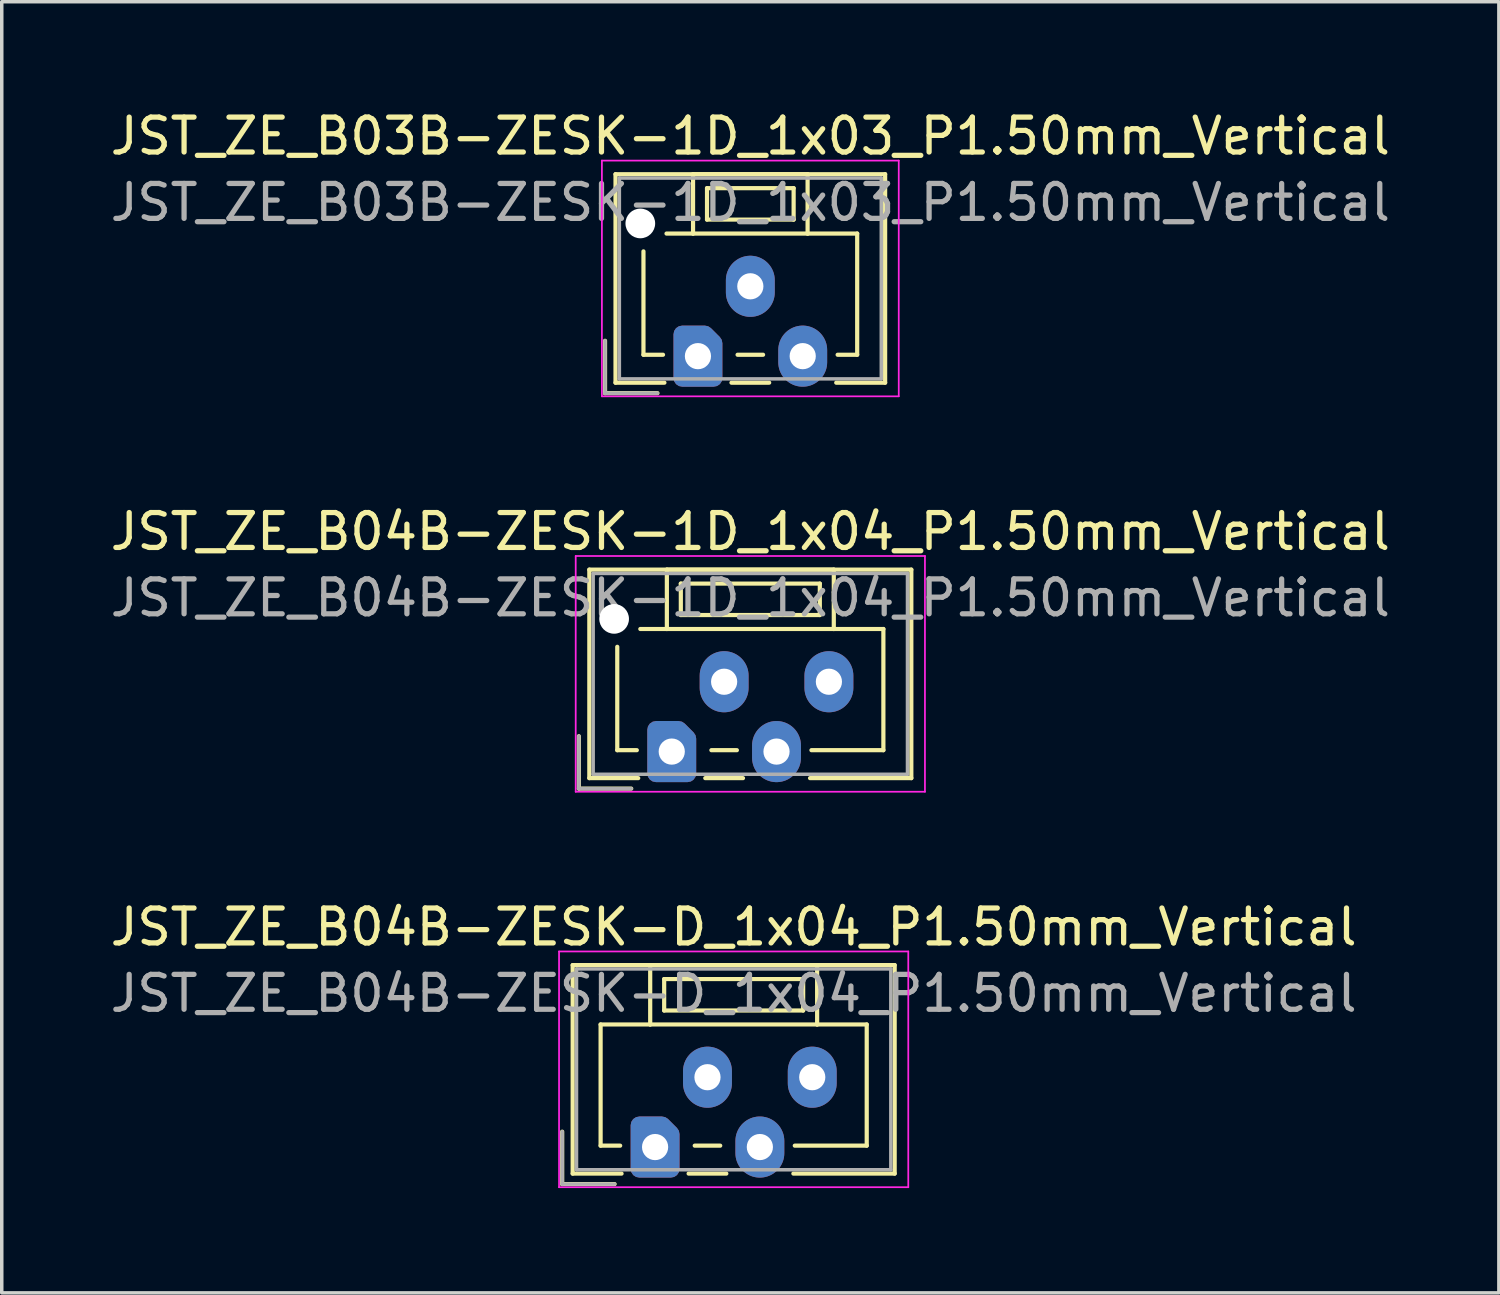
<source format=kicad_pcb>
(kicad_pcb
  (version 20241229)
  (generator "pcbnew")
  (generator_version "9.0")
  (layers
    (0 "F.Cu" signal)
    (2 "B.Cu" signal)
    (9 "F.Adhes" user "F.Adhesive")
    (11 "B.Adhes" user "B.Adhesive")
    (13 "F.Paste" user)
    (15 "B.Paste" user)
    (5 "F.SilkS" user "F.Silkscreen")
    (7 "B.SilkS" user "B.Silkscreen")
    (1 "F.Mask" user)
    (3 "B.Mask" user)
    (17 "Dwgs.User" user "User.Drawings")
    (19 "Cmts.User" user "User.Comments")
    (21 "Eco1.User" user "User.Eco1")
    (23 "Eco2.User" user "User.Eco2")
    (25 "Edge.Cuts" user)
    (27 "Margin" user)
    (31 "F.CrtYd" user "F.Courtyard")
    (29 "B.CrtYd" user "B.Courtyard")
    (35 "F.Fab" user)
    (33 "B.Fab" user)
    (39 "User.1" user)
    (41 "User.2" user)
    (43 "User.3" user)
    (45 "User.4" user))
  (footprint "JST_ZE_B04B-ZESK-1D_1x04_P1.50mm_Vertical"
    (layer "F.Cu")
    (at 16.185 18.471)
    (property "Reference" "JST_ZE_B04B-ZESK-1D_1x04_P1.50mm_Vertical" (at 2.25 -6.3 0) (layer "F.SilkS") (effects (font (size 1 1) (thickness 0.15))))
    (attr through_hole)
    (fp_line (start -2.66 -0.44) (end -2.66 1.06) (stroke (width 0.12) (type solid)) (layer "F.SilkS"))
    (fp_line (start -2.66 1.06) (end -1.16 1.06) (stroke (width 0.12) (type solid)) (layer "F.SilkS"))
    (fp_line (start -2.36 -5.21) (end 6.86 -5.21) (stroke (width 0.12) (type solid)) (layer "F.SilkS"))
    (fp_line (start -2.36 0.76) (end -2.36 -5.21) (stroke (width 0.12) (type solid)) (layer "F.SilkS"))
    (fp_line (start -1.56 -3) (end -1.56 -0.04) (stroke (width 0.12) (type solid)) (layer "F.SilkS"))
    (fp_line (start -1.56 -0.04) (end -1 -0.04) (stroke (width 0.12) (type solid)) (layer "F.SilkS"))
    (fp_line (start -0.96 0.76) (end -2.36 0.76) (stroke (width 0.12) (type solid)) (layer "F.SilkS"))
    (fp_line (start -0.14 -5.21) (end -0.14 -3.51) (stroke (width 0.12) (type solid)) (layer "F.SilkS"))
    (fp_line (start -0.14 -3.51) (end -0.9 -3.51) (stroke (width 0.12) (type solid)) (layer "F.SilkS"))
    (fp_line (start -0.14 -3.51) (end 4.64 -3.51) (stroke (width 0.12) (type solid)) (layer "F.SilkS"))
    (fp_line (start 0.26 -4.81) (end 0.26 -3.91) (stroke (width 0.12) (type solid)) (layer "F.SilkS"))
    (fp_line (start 0.26 -3.91) (end 4.24 -3.91) (stroke (width 0.12) (type solid)) (layer "F.SilkS"))
    (fp_line (start 0.96 0.76) (end 2.04 0.76) (stroke (width 0.12) (type solid)) (layer "F.SilkS"))
    (fp_line (start 1.135 -0.04) (end 1.865 -0.04) (stroke (width 0.12) (type solid)) (layer "F.SilkS"))
    (fp_line (start 4.24 -4.81) (end 0.26 -4.81) (stroke (width 0.12) (type solid)) (layer "F.SilkS"))
    (fp_line (start 4.24 -3.91) (end 4.24 -4.81) (stroke (width 0.12) (type solid)) (layer "F.SilkS"))
    (fp_line (start 4.64 -5.21) (end -0.14 -5.21) (stroke (width 0.12) (type solid)) (layer "F.SilkS"))
    (fp_line (start 4.64 -3.51) (end 4.64 -5.21) (stroke (width 0.12) (type solid)) (layer "F.SilkS"))
    (fp_line (start 4.64 -3.51) (end 6.06 -3.51) (stroke (width 0.12) (type solid)) (layer "F.SilkS"))
    (fp_line (start 6.06 -3.51) (end 6.06 -0.04) (stroke (width 0.12) (type solid)) (layer "F.SilkS"))
    (fp_line (start 6.06 -0.04) (end 4 -0.04) (stroke (width 0.12) (type solid)) (layer "F.SilkS"))
    (fp_line (start 6.86 -5.21) (end 6.86 0.76) (stroke (width 0.12) (type solid)) (layer "F.SilkS"))
    (fp_line (start 6.86 0.76) (end 3.96 0.76) (stroke (width 0.12) (type solid)) (layer "F.SilkS"))
    (fp_line (start -2.75 -5.6) (end -2.75 1.15) (stroke (width 0.05) (type solid)) (layer "F.CrtYd"))
    (fp_line (start -2.75 1.15) (end 7.25 1.15) (stroke (width 0.05) (type solid)) (layer "F.CrtYd"))
    (fp_line (start 7.25 -5.6) (end -2.75 -5.6) (stroke (width 0.05) (type solid)) (layer "F.CrtYd"))
    (fp_line (start 7.25 1.15) (end 7.25 -5.6) (stroke (width 0.05) (type solid)) (layer "F.CrtYd"))
    (fp_line (start -2.66 -0.44) (end -2.66 1.06) (stroke (width 0.1) (type solid)) (layer "F.Fab"))
    (fp_line (start -2.66 1.06) (end -1.16 1.06) (stroke (width 0.1) (type solid)) (layer "F.Fab"))
    (fp_line (start -2.25 -5.1) (end -2.25 0.65) (stroke (width 0.1) (type solid)) (layer "F.Fab"))
    (fp_line (start -2.25 0.65) (end 6.75 0.65) (stroke (width 0.1) (type solid)) (layer "F.Fab"))
    (fp_line (start 6.75 -5.1) (end -2.25 -5.1) (stroke (width 0.1) (type solid)) (layer "F.Fab"))
    (fp_line (start 6.75 0.65) (end 6.75 -5.1) (stroke (width 0.1) (type solid)) (layer "F.Fab"))
    (fp_text user "${REFERENCE}" (at 2.25 -4.4 0) (layer "F.Fab") (effects (font (size 1 1) (thickness 0.15))))
    (pad "" np_thru_hole circle (at -1.65 -3.8) (size 0.85 0.85) (drill 0.85) (layers "*.Cu" "*.Mask"))
    (pad "1" thru_hole custom (at 0 0) (size 1.117 1.117) (drill 0.75) (layers "*.Cu" "*.Mask") (options (anchor circle)) (primitives (gr_poly (pts (xy -0.45 -0.625) (xy 0.196 -0.625) (xy 0.45 -0.371) (xy 0.45 0.625) (xy -0.45 0.625)) (width 0.5) (fill yes))))
    (pad "2" thru_hole oval (at 1.5 -2) (size 1.4 1.75) (drill 0.75) (layers "*.Cu" "*.Mask"))
    (pad "3" thru_hole oval (at 3 0) (size 1.4 1.75) (drill 0.75) (layers "*.Cu" "*.Mask"))
    (pad "4" thru_hole oval (at 4.5 -2) (size 1.4 1.75) (drill 0.75) (layers "*.Cu" "*.Mask")))
  (footprint "JST_ZE_B03B-ZESK-1D_1x03_P1.50mm_Vertical"
    (layer "F.Cu")
    (at 16.935 7.148)
    (property "Reference" "JST_ZE_B03B-ZESK-1D_1x03_P1.50mm_Vertical" (at 1.5 -6.3 0) (layer "F.SilkS") (effects (font (size 1 1) (thickness 0.15))))
    (attr through_hole)
    (fp_line (start -2.66 -0.44) (end -2.66 1.06) (stroke (width 0.12) (type solid)) (layer "F.SilkS"))
    (fp_line (start -2.66 1.06) (end -1.16 1.06) (stroke (width 0.12) (type solid)) (layer "F.SilkS"))
    (fp_line (start -2.36 -5.21) (end 5.36 -5.21) (stroke (width 0.12) (type solid)) (layer "F.SilkS"))
    (fp_line (start -2.36 0.76) (end -2.36 -5.21) (stroke (width 0.12) (type solid)) (layer "F.SilkS"))
    (fp_line (start -1.56 -3) (end -1.56 -0.04) (stroke (width 0.12) (type solid)) (layer "F.SilkS"))
    (fp_line (start -1.56 -0.04) (end -1 -0.04) (stroke (width 0.12) (type solid)) (layer "F.SilkS"))
    (fp_line (start -0.96 0.76) (end -2.36 0.76) (stroke (width 0.12) (type solid)) (layer "F.SilkS"))
    (fp_line (start -0.14 -5.21) (end -0.14 -3.51) (stroke (width 0.12) (type solid)) (layer "F.SilkS"))
    (fp_line (start -0.14 -3.51) (end -0.9 -3.51) (stroke (width 0.12) (type solid)) (layer "F.SilkS"))
    (fp_line (start -0.14 -3.51) (end 3.14 -3.51) (stroke (width 0.12) (type solid)) (layer "F.SilkS"))
    (fp_line (start 0.26 -4.81) (end 0.26 -3.91) (stroke (width 0.12) (type solid)) (layer "F.SilkS"))
    (fp_line (start 0.26 -3.91) (end 2.74 -3.91) (stroke (width 0.12) (type solid)) (layer "F.SilkS"))
    (fp_line (start 0.96 0.76) (end 2.04 0.76) (stroke (width 0.12) (type solid)) (layer "F.SilkS"))
    (fp_line (start 1.135 -0.04) (end 1.865 -0.04) (stroke (width 0.12) (type solid)) (layer "F.SilkS"))
    (fp_line (start 2.74 -4.81) (end 0.26 -4.81) (stroke (width 0.12) (type solid)) (layer "F.SilkS"))
    (fp_line (start 2.74 -3.91) (end 2.74 -4.81) (stroke (width 0.12) (type solid)) (layer "F.SilkS"))
    (fp_line (start 3.14 -5.21) (end -0.14 -5.21) (stroke (width 0.12) (type solid)) (layer "F.SilkS"))
    (fp_line (start 3.14 -3.51) (end 3.14 -5.21) (stroke (width 0.12) (type solid)) (layer "F.SilkS"))
    (fp_line (start 3.14 -3.51) (end 4.56 -3.51) (stroke (width 0.12) (type solid)) (layer "F.SilkS"))
    (fp_line (start 4.56 -3.51) (end 4.56 -0.04) (stroke (width 0.12) (type solid)) (layer "F.SilkS"))
    (fp_line (start 4.56 -0.04) (end 4 -0.04) (stroke (width 0.12) (type solid)) (layer "F.SilkS"))
    (fp_line (start 5.36 -5.21) (end 5.36 0.76) (stroke (width 0.12) (type solid)) (layer "F.SilkS"))
    (fp_line (start 5.36 0.76) (end 3.96 0.76) (stroke (width 0.12) (type solid)) (layer "F.SilkS"))
    (fp_line (start -2.75 -5.6) (end -2.75 1.15) (stroke (width 0.05) (type solid)) (layer "F.CrtYd"))
    (fp_line (start -2.75 1.15) (end 5.75 1.15) (stroke (width 0.05) (type solid)) (layer "F.CrtYd"))
    (fp_line (start 5.75 -5.6) (end -2.75 -5.6) (stroke (width 0.05) (type solid)) (layer "F.CrtYd"))
    (fp_line (start 5.75 1.15) (end 5.75 -5.6) (stroke (width 0.05) (type solid)) (layer "F.CrtYd"))
    (fp_line (start -2.66 -0.44) (end -2.66 1.06) (stroke (width 0.1) (type solid)) (layer "F.Fab"))
    (fp_line (start -2.66 1.06) (end -1.16 1.06) (stroke (width 0.1) (type solid)) (layer "F.Fab"))
    (fp_line (start -2.25 -5.1) (end -2.25 0.65) (stroke (width 0.1) (type solid)) (layer "F.Fab"))
    (fp_line (start -2.25 0.65) (end 5.25 0.65) (stroke (width 0.1) (type solid)) (layer "F.Fab"))
    (fp_line (start 5.25 -5.1) (end -2.25 -5.1) (stroke (width 0.1) (type solid)) (layer "F.Fab"))
    (fp_line (start 5.25 0.65) (end 5.25 -5.1) (stroke (width 0.1) (type solid)) (layer "F.Fab"))
    (fp_text user "${REFERENCE}" (at 1.5 -4.4 0) (layer "F.Fab") (effects (font (size 1 1) (thickness 0.15))))
    (pad "" np_thru_hole circle (at -1.65 -3.8) (size 0.85 0.85) (drill 0.85) (layers "*.Cu" "*.Mask"))
    (pad "1" thru_hole custom (at 0 0) (size 1.117 1.117) (drill 0.75) (layers "*.Cu" "*.Mask") (options (anchor circle)) (primitives (gr_poly (pts (xy -0.45 -0.625) (xy 0.196 -0.625) (xy 0.45 -0.371) (xy 0.45 0.625) (xy -0.45 0.625)) (width 0.5) (fill yes))))
    (pad "2" thru_hole oval (at 1.5 -2) (size 1.4 1.75) (drill 0.75) (layers "*.Cu" "*.Mask"))
    (pad "3" thru_hole oval (at 3 0) (size 1.4 1.75) (drill 0.75) (layers "*.Cu" "*.Mask")))
  (footprint "JST_ZE_B04B-ZESK-D_1x04_P1.50mm_Vertical"
    (layer "F.Cu")
    (at 15.708 29.795)
    (property "Reference" "JST_ZE_B04B-ZESK-D_1x04_P1.50mm_Vertical" (at 2.25 -6.3 0) (layer "F.SilkS") (effects (font (size 1 1) (thickness 0.15))))
    (attr through_hole)
    (fp_line (start -2.66 -0.44) (end -2.66 1.06) (stroke (width 0.12) (type solid)) (layer "F.SilkS"))
    (fp_line (start -2.66 1.06) (end -1.16 1.06) (stroke (width 0.12) (type solid)) (layer "F.SilkS"))
    (fp_line (start -2.36 -5.21) (end 6.86 -5.21) (stroke (width 0.12) (type solid)) (layer "F.SilkS"))
    (fp_line (start -2.36 0.76) (end -2.36 -5.21) (stroke (width 0.12) (type solid)) (layer "F.SilkS"))
    (fp_line (start -1.56 -3.51) (end -1.56 -0.04) (stroke (width 0.12) (type solid)) (layer "F.SilkS"))
    (fp_line (start -1.56 -0.04) (end -1 -0.04) (stroke (width 0.12) (type solid)) (layer "F.SilkS"))
    (fp_line (start -0.96 0.76) (end -2.36 0.76) (stroke (width 0.12) (type solid)) (layer "F.SilkS"))
    (fp_line (start -0.14 -5.21) (end -0.14 -3.51) (stroke (width 0.12) (type solid)) (layer "F.SilkS"))
    (fp_line (start -0.14 -3.51) (end -1.56 -3.51) (stroke (width 0.12) (type solid)) (layer "F.SilkS"))
    (fp_line (start -0.14 -3.51) (end 4.64 -3.51) (stroke (width 0.12) (type solid)) (layer "F.SilkS"))
    (fp_line (start 0.26 -4.81) (end 0.26 -3.91) (stroke (width 0.12) (type solid)) (layer "F.SilkS"))
    (fp_line (start 0.26 -3.91) (end 4.24 -3.91) (stroke (width 0.12) (type solid)) (layer "F.SilkS"))
    (fp_line (start 0.96 0.76) (end 2.04 0.76) (stroke (width 0.12) (type solid)) (layer "F.SilkS"))
    (fp_line (start 1.135 -0.04) (end 1.865 -0.04) (stroke (width 0.12) (type solid)) (layer "F.SilkS"))
    (fp_line (start 4.24 -4.81) (end 0.26 -4.81) (stroke (width 0.12) (type solid)) (layer "F.SilkS"))
    (fp_line (start 4.24 -3.91) (end 4.24 -4.81) (stroke (width 0.12) (type solid)) (layer "F.SilkS"))
    (fp_line (start 4.64 -5.21) (end -0.14 -5.21) (stroke (width 0.12) (type solid)) (layer "F.SilkS"))
    (fp_line (start 4.64 -3.51) (end 4.64 -5.21) (stroke (width 0.12) (type solid)) (layer "F.SilkS"))
    (fp_line (start 4.64 -3.51) (end 6.06 -3.51) (stroke (width 0.12) (type solid)) (layer "F.SilkS"))
    (fp_line (start 6.06 -3.51) (end 6.06 -0.04) (stroke (width 0.12) (type solid)) (layer "F.SilkS"))
    (fp_line (start 6.06 -0.04) (end 4 -0.04) (stroke (width 0.12) (type solid)) (layer "F.SilkS"))
    (fp_line (start 6.86 -5.21) (end 6.86 0.76) (stroke (width 0.12) (type solid)) (layer "F.SilkS"))
    (fp_line (start 6.86 0.76) (end 3.96 0.76) (stroke (width 0.12) (type solid)) (layer "F.SilkS"))
    (fp_line (start -2.75 -5.6) (end -2.75 1.15) (stroke (width 0.05) (type solid)) (layer "F.CrtYd"))
    (fp_line (start -2.75 1.15) (end 7.25 1.15) (stroke (width 0.05) (type solid)) (layer "F.CrtYd"))
    (fp_line (start 7.25 -5.6) (end -2.75 -5.6) (stroke (width 0.05) (type solid)) (layer "F.CrtYd"))
    (fp_line (start 7.25 1.15) (end 7.25 -5.6) (stroke (width 0.05) (type solid)) (layer "F.CrtYd"))
    (fp_line (start -2.66 -0.44) (end -2.66 1.06) (stroke (width 0.1) (type solid)) (layer "F.Fab"))
    (fp_line (start -2.66 1.06) (end -1.16 1.06) (stroke (width 0.1) (type solid)) (layer "F.Fab"))
    (fp_line (start -2.25 -5.1) (end -2.25 0.65) (stroke (width 0.1) (type solid)) (layer "F.Fab"))
    (fp_line (start -2.25 0.65) (end 6.75 0.65) (stroke (width 0.1) (type solid)) (layer "F.Fab"))
    (fp_line (start 6.75 -5.1) (end -2.25 -5.1) (stroke (width 0.1) (type solid)) (layer "F.Fab"))
    (fp_line (start 6.75 0.65) (end 6.75 -5.1) (stroke (width 0.1) (type solid)) (layer "F.Fab"))
    (fp_text user "${REFERENCE}" (at 2.25 -4.4 0) (layer "F.Fab") (effects (font (size 1 1) (thickness 0.15))))
    (pad "1" thru_hole custom (at 0 0) (size 1.117 1.117) (drill 0.75) (layers "*.Cu" "*.Mask") (options (anchor circle)) (primitives (gr_poly (pts (xy -0.45 -0.625) (xy 0.196 -0.625) (xy 0.45 -0.371) (xy 0.45 0.625) (xy -0.45 0.625)) (width 0.5) (fill yes))))
    (pad "2" thru_hole oval (at 1.5 -2) (size 1.4 1.75) (drill 0.75) (layers "*.Cu" "*.Mask"))
    (pad "3" thru_hole oval (at 3 0) (size 1.4 1.75) (drill 0.75) (layers "*.Cu" "*.Mask"))
    (pad "4" thru_hole oval (at 4.5 -2) (size 1.4 1.75) (drill 0.75) (layers "*.Cu" "*.Mask")))
  (gr_rect
    (start -3 -3)
    (end 39.869 33.97)
    (stroke (width 0.1) (type default))
    (fill no)
    (layer "Edge.Cuts")))
</source>
